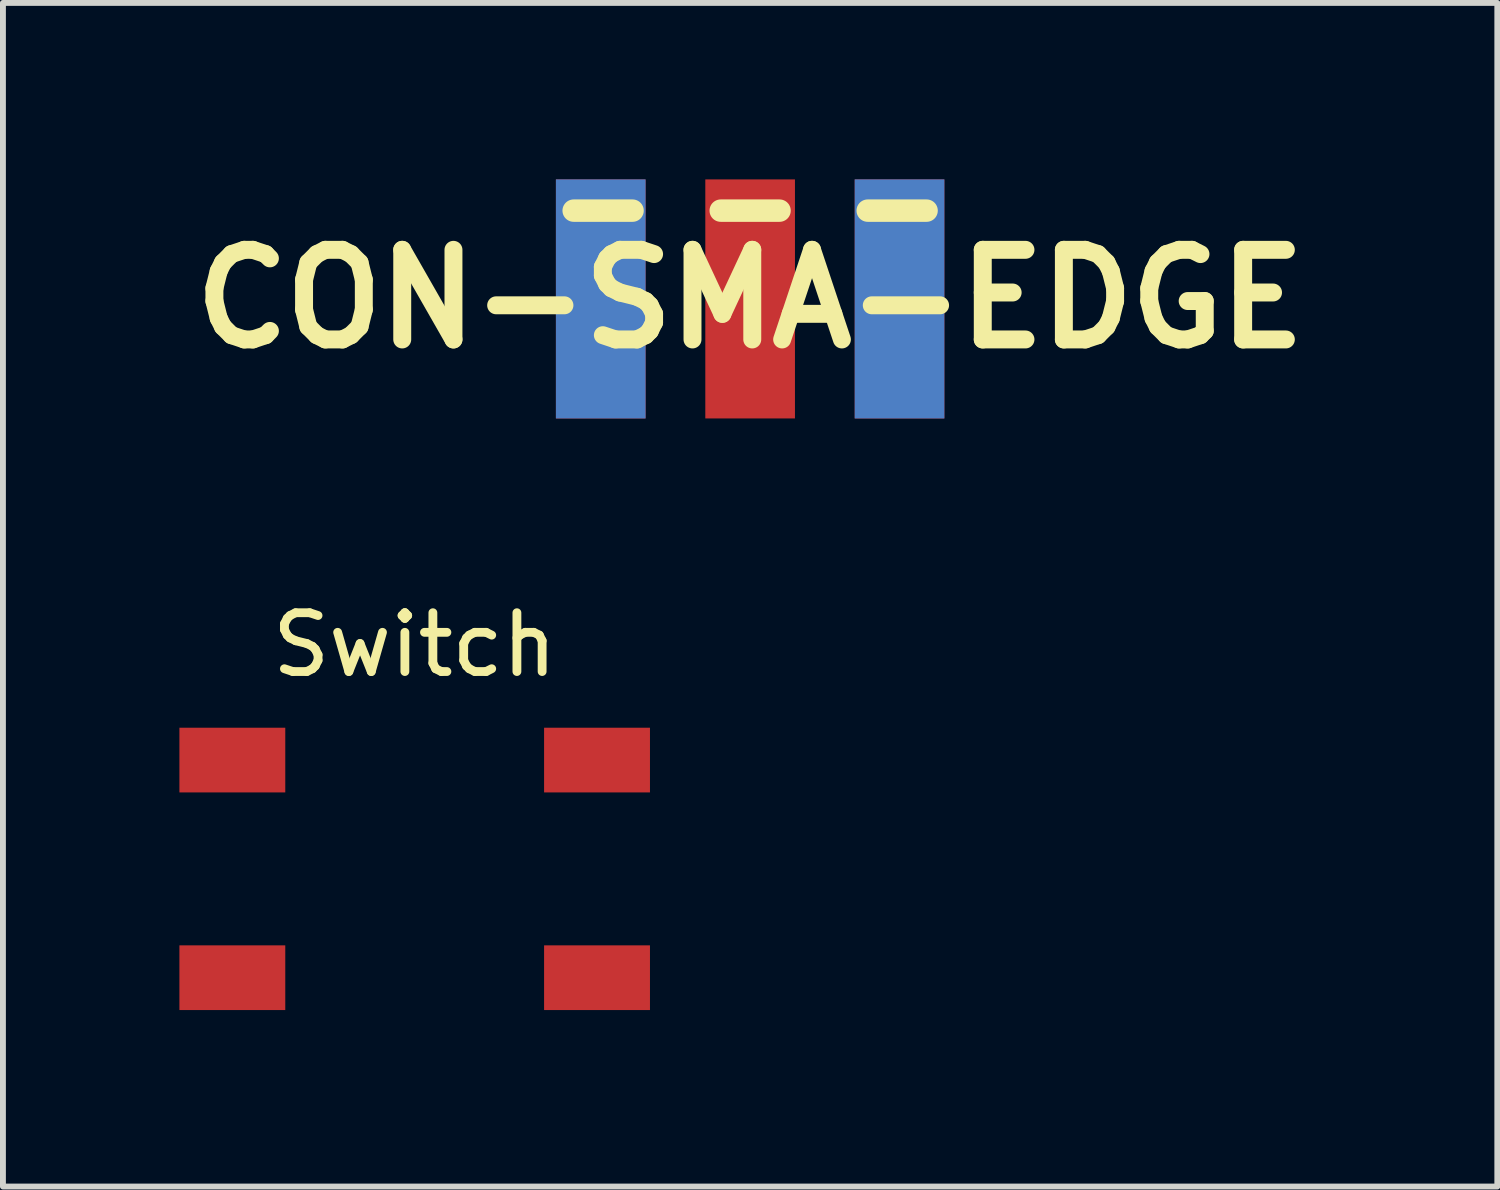
<source format=kicad_pcb>
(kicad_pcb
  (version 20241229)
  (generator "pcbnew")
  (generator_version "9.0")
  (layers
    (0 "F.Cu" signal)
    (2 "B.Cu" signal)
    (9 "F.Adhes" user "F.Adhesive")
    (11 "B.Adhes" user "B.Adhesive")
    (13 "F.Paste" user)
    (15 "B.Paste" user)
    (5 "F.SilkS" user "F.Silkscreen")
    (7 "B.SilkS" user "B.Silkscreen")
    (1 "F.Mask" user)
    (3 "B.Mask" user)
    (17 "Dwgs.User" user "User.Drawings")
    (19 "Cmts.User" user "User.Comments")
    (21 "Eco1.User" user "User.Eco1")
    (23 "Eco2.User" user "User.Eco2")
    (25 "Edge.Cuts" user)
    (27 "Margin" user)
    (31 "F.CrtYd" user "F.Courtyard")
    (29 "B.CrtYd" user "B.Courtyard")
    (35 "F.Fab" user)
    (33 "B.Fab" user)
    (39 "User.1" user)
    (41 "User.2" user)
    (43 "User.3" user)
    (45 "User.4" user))
  (footprint "CON-SMA-EDGE"
    (layer "F.Cu")
    (at 9.703 2.032)
    (property "Reference" "CON-SMA-EDGE" (at 0 0 0) (layer "F.SilkS") (effects (font (size 1.524 1.524) (thickness 0.305))))
    (attr through_hole)
    (fp_line (start -3 -1.501) (end -1.999 -1.501) (stroke (width 0.381) (type solid)) (layer "F.SilkS"))
    (fp_line (start -0.5 -1.501) (end 0.5 -1.501) (stroke (width 0.381) (type solid)) (layer "F.SilkS"))
    (fp_line (start 1.999 -1.501) (end 3 -1.501) (stroke (width 0.381) (type solid)) (layer "F.SilkS"))
    (pad "1" smd rect (at 0 0) (size 1.524 4.064) (layers "F.Cu" "F.Mask" "F.Paste"))
    (pad "2" smd rect (at -2.54 0) (size 1.524 4.064) (layers "F.Cu" "F.Mask" "F.Paste"))
    (pad "2" smd rect (at -2.54 0) (size 1.524 4.064) (layers "B.Cu" "B.Mask" "B.Paste"))
    (pad "2" smd rect (at 2.54 0) (size 1.524 4.064) (layers "F.Cu" "F.Mask" "F.Paste"))
    (pad "2" smd rect (at 2.54 0) (size 1.524 4.064) (layers "B.Cu" "B.Mask" "B.Paste")))
  (footprint "Switch"
    (layer "F.Cu")
    (at 4 11.722)
    (property "Reference" "Switch" (at 0 -3.81 0) (layer "F.SilkS") (effects (font (size 1 1) (thickness 0.15))))
    (attr through_hole)
    (pad "1" smd rect (at -3.1 -1.85) (size 1.8 1.1) (layers "F.Cu" "F.Mask" "F.Paste"))
    (pad "1" smd rect (at 3.1 -1.85) (size 1.8 1.1) (layers "F.Cu" "F.Mask" "F.Paste"))
    (pad "2" smd rect (at -3.1 1.85) (size 1.8 1.1) (layers "F.Cu" "F.Mask" "F.Paste"))
    (pad "2" smd rect (at 3.1 1.85) (size 1.8 1.1) (layers "F.Cu" "F.Mask" "F.Paste")))
  (gr_rect
    (start -3 -3)
    (end 22.406 17.122)
    (stroke (width 0.1) (type default))
    (fill no)
    (layer "Edge.Cuts")))
</source>
